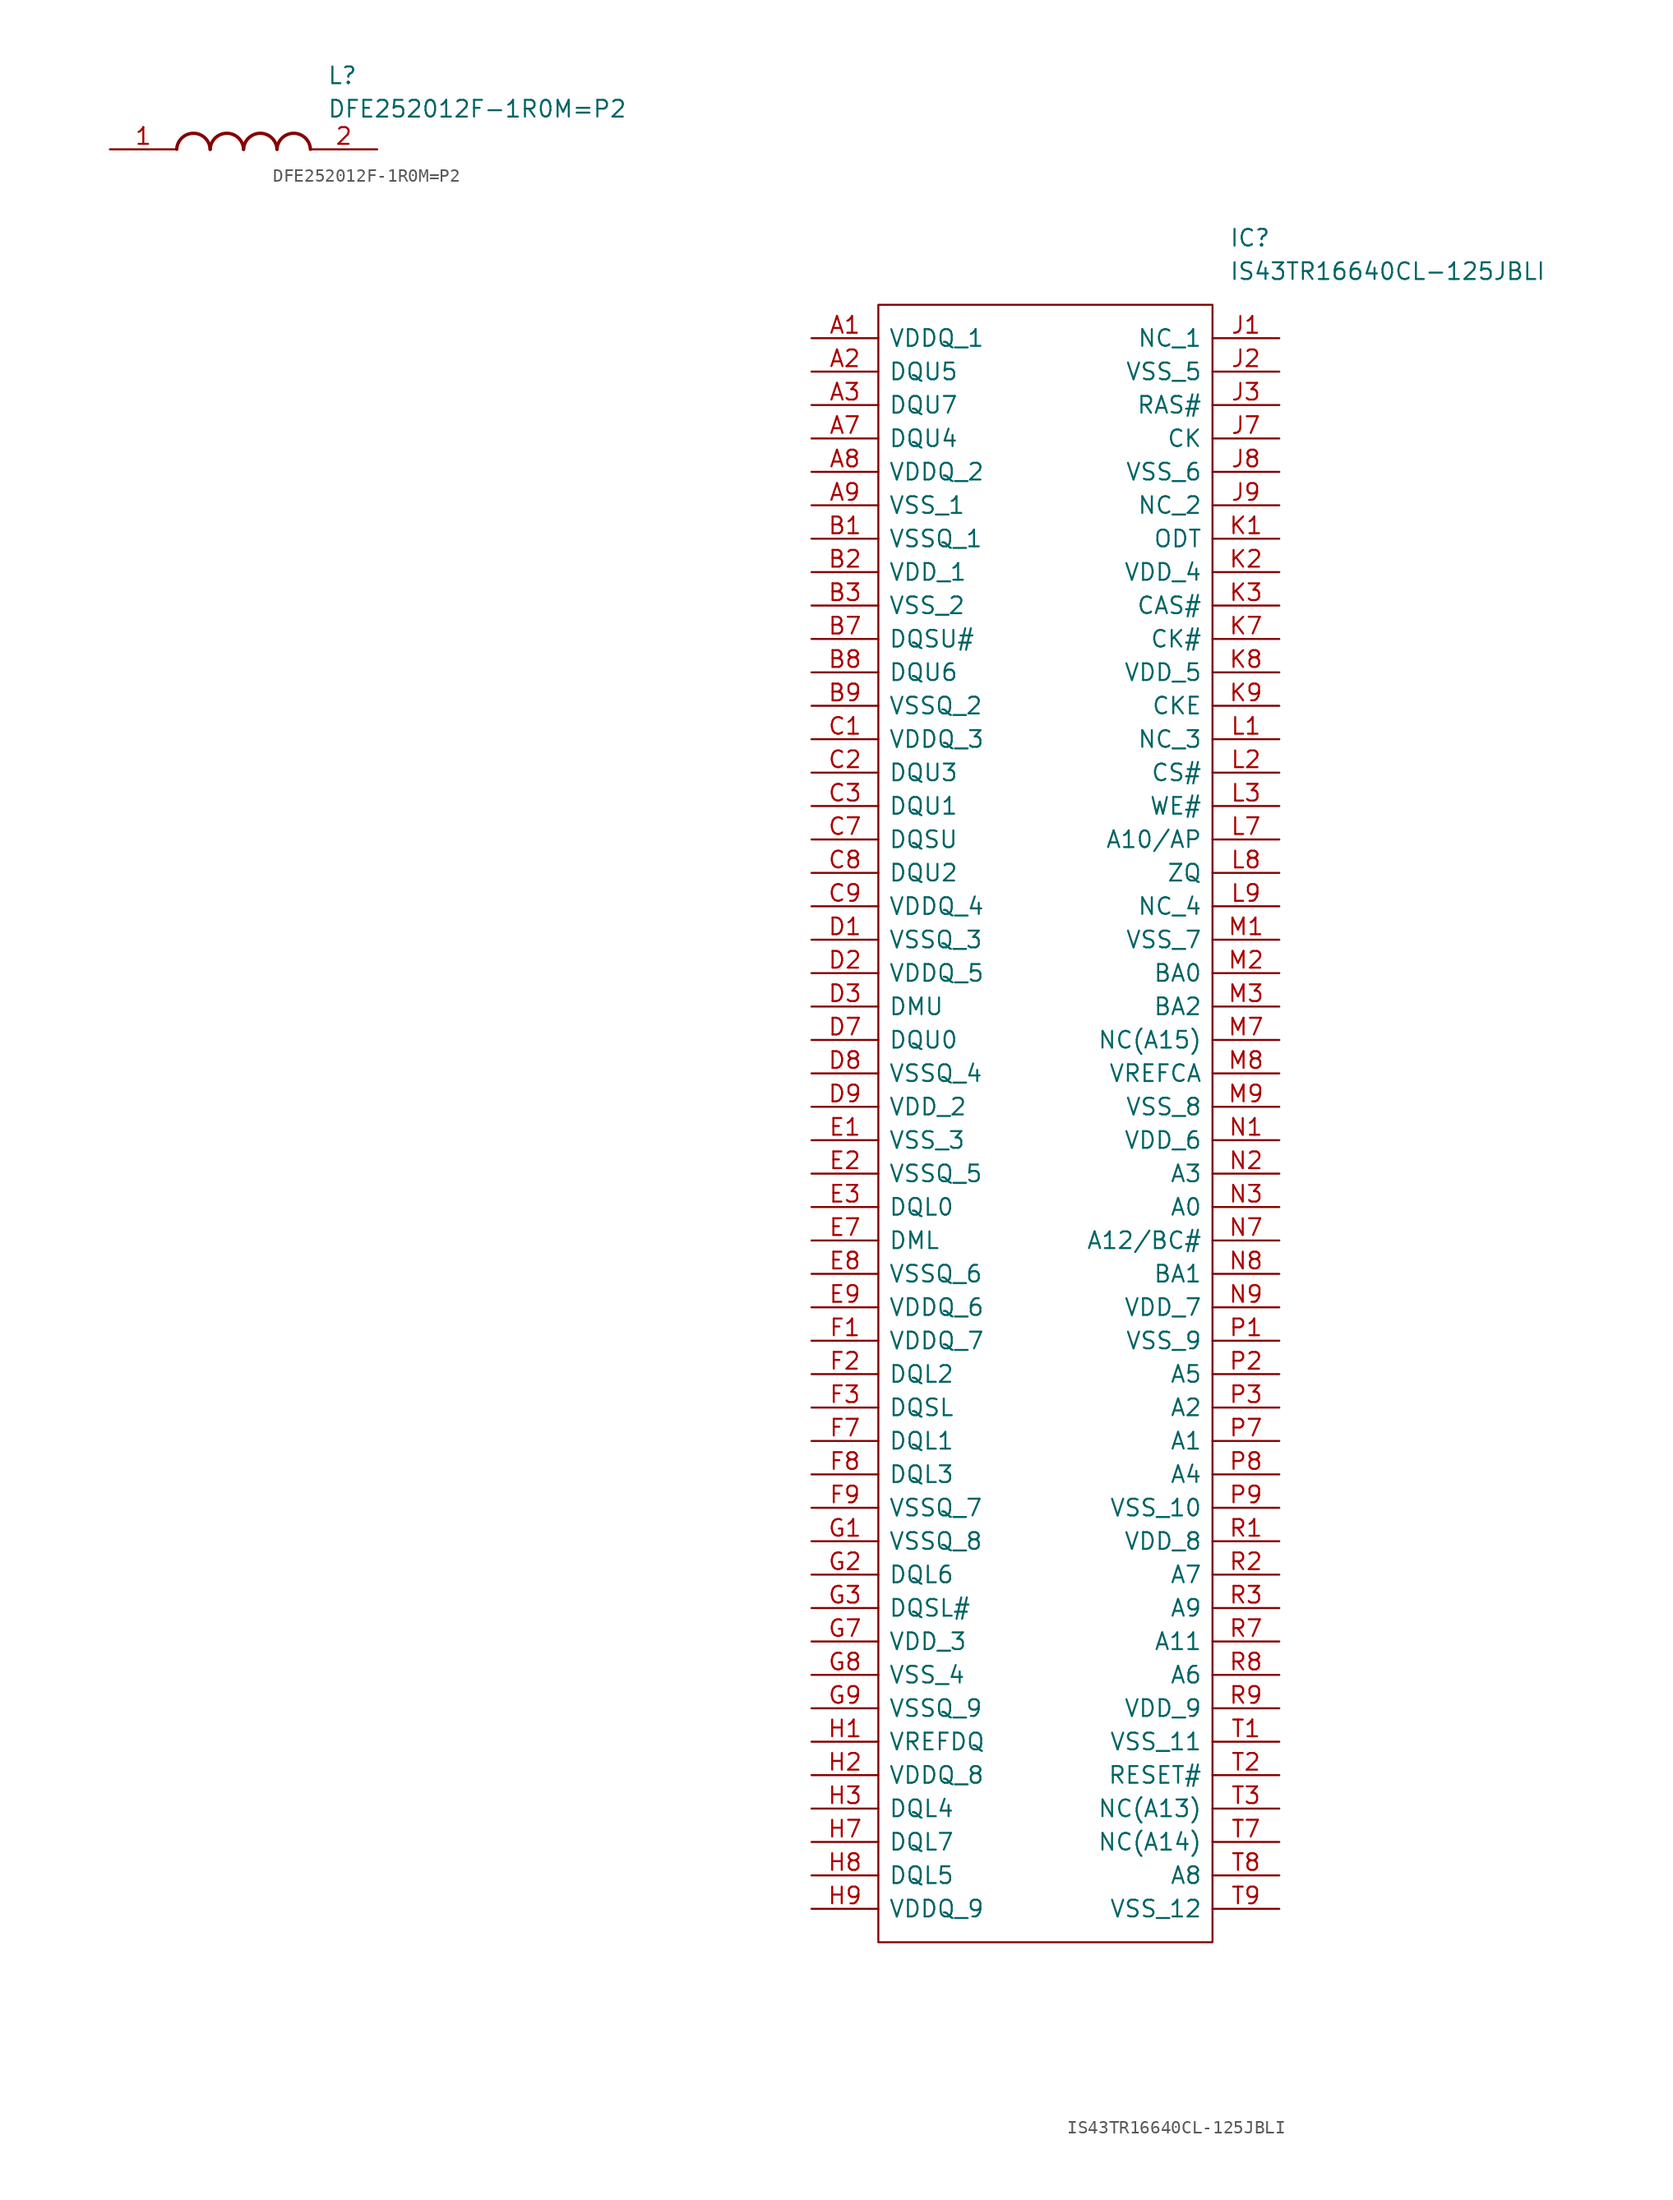
<source format=kicad_sym>
(kicad_symbol_lib
  (version 20220914)
  (generator kicad_symbol_editor)
  (symbol "DFE252012F-1R0M=P2"
    (pin_names hide)
    (property "Reference" "L"
      (at 16.51 6.35 0)
      (effects (font (size 1.27 1.27)) (justify left top)))
    (property "Value" "DFE252012F-1R0M=P2"
      (at 16.51 3.81 0)
      (effects (font (size 1.27 1.27)) (justify left top)))
    (symbol "DFE252012F-1R0M=P2_1_1"
      (arc (start 7.62 0) (mid 6.35 1.219) (end 5.08 0) (stroke (width 0.254) (type default)) (fill (type none)))
      (arc (start 10.16 0) (mid 8.89 1.219) (end 7.62 0) (stroke (width 0.254) (type default)) (fill (type none)))
      (arc (start 12.7 0) (mid 11.43 1.219) (end 10.16 0) (stroke (width 0.254) (type default)) (fill (type none)))
      (arc (start 15.24 0) (mid 13.97 1.219) (end 12.7 0) (stroke (width 0.254) (type default)) (fill (type none)))
      (pin passive line (at 0 0 0) (length 5.08) (name "1" (effects (font (size 1.27 1.27)))) (number "1" (effects (font (size 1.27 1.27)))))
      (pin passive line (at 20.32 0 180) (length 5.08) (name "2" (effects (font (size 1.27 1.27)))) (number "2" (effects (font (size 1.27 1.27)))))))
  (symbol "IS43TR16640CL-125JBLI"
    (pin_names
      (offset 0.762))
    (property "Reference" "IC"
      (at 31.75 7.62 0)
      (effects (font (size 1.27 1.27)) (justify left)))
    (property "Value" "IS43TR16640CL-125JBLI"
      (at 31.75 5.08 0)
      (effects (font (size 1.27 1.27)) (justify left)))
    (symbol "IS43TR16640CL-125JBLI_0_0"
      (pin passive line (at 0 0 0) (length 5.08) (name "VDDQ_1" (effects (font (size 1.27 1.27)))) (number "A1" (effects (font (size 1.27 1.27)))))
      (pin passive line (at 0 -2.54 0) (length 5.08) (name "DQU5" (effects (font (size 1.27 1.27)))) (number "A2" (effects (font (size 1.27 1.27)))))
      (pin passive line (at 0 -5.08 0) (length 5.08) (name "DQU7" (effects (font (size 1.27 1.27)))) (number "A3" (effects (font (size 1.27 1.27)))))
      (pin passive line (at 0 -7.62 0) (length 5.08) (name "DQU4" (effects (font (size 1.27 1.27)))) (number "A7" (effects (font (size 1.27 1.27)))))
      (pin passive line (at 0 -10.16 0) (length 5.08) (name "VDDQ_2" (effects (font (size 1.27 1.27)))) (number "A8" (effects (font (size 1.27 1.27)))))
      (pin passive line (at 0 -12.7 0) (length 5.08) (name "VSS_1" (effects (font (size 1.27 1.27)))) (number "A9" (effects (font (size 1.27 1.27)))))
      (pin passive line (at 0 -15.24 0) (length 5.08) (name "VSSQ_1" (effects (font (size 1.27 1.27)))) (number "B1" (effects (font (size 1.27 1.27)))))
      (pin passive line (at 0 -17.78 0) (length 5.08) (name "VDD_1" (effects (font (size 1.27 1.27)))) (number "B2" (effects (font (size 1.27 1.27)))))
      (pin passive line (at 0 -20.32 0) (length 5.08) (name "VSS_2" (effects (font (size 1.27 1.27)))) (number "B3" (effects (font (size 1.27 1.27)))))
      (pin passive line (at 0 -22.86 0) (length 5.08) (name "DQSU#" (effects (font (size 1.27 1.27)))) (number "B7" (effects (font (size 1.27 1.27)))))
      (pin passive line (at 0 -25.4 0) (length 5.08) (name "DQU6" (effects (font (size 1.27 1.27)))) (number "B8" (effects (font (size 1.27 1.27)))))
      (pin passive line (at 0 -27.94 0) (length 5.08) (name "VSSQ_2" (effects (font (size 1.27 1.27)))) (number "B9" (effects (font (size 1.27 1.27)))))
      (pin passive line (at 0 -30.48 0) (length 5.08) (name "VDDQ_3" (effects (font (size 1.27 1.27)))) (number "C1" (effects (font (size 1.27 1.27)))))
      (pin passive line (at 0 -33.02 0) (length 5.08) (name "DQU3" (effects (font (size 1.27 1.27)))) (number "C2" (effects (font (size 1.27 1.27)))))
      (pin passive line (at 0 -35.56 0) (length 5.08) (name "DQU1" (effects (font (size 1.27 1.27)))) (number "C3" (effects (font (size 1.27 1.27)))))
      (pin passive line (at 0 -38.1 0) (length 5.08) (name "DQSU" (effects (font (size 1.27 1.27)))) (number "C7" (effects (font (size 1.27 1.27)))))
      (pin passive line (at 0 -40.64 0) (length 5.08) (name "DQU2" (effects (font (size 1.27 1.27)))) (number "C8" (effects (font (size 1.27 1.27)))))
      (pin passive line (at 0 -43.18 0) (length 5.08) (name "VDDQ_4" (effects (font (size 1.27 1.27)))) (number "C9" (effects (font (size 1.27 1.27)))))
      (pin passive line (at 0 -45.72 0) (length 5.08) (name "VSSQ_3" (effects (font (size 1.27 1.27)))) (number "D1" (effects (font (size 1.27 1.27)))))
      (pin passive line (at 0 -48.26 0) (length 5.08) (name "VDDQ_5" (effects (font (size 1.27 1.27)))) (number "D2" (effects (font (size 1.27 1.27)))))
      (pin passive line (at 0 -50.8 0) (length 5.08) (name "DMU" (effects (font (size 1.27 1.27)))) (number "D3" (effects (font (size 1.27 1.27)))))
      (pin passive line (at 0 -53.34 0) (length 5.08) (name "DQU0" (effects (font (size 1.27 1.27)))) (number "D7" (effects (font (size 1.27 1.27)))))
      (pin passive line (at 0 -55.88 0) (length 5.08) (name "VSSQ_4" (effects (font (size 1.27 1.27)))) (number "D8" (effects (font (size 1.27 1.27)))))
      (pin passive line (at 0 -58.42 0) (length 5.08) (name "VDD_2" (effects (font (size 1.27 1.27)))) (number "D9" (effects (font (size 1.27 1.27)))))
      (pin passive line (at 0 -60.96 0) (length 5.08) (name "VSS_3" (effects (font (size 1.27 1.27)))) (number "E1" (effects (font (size 1.27 1.27)))))
      (pin passive line (at 0 -63.5 0) (length 5.08) (name "VSSQ_5" (effects (font (size 1.27 1.27)))) (number "E2" (effects (font (size 1.27 1.27)))))
      (pin passive line (at 0 -66.04 0) (length 5.08) (name "DQL0" (effects (font (size 1.27 1.27)))) (number "E3" (effects (font (size 1.27 1.27)))))
      (pin passive line (at 0 -68.58 0) (length 5.08) (name "DML" (effects (font (size 1.27 1.27)))) (number "E7" (effects (font (size 1.27 1.27)))))
      (pin passive line (at 0 -71.12 0) (length 5.08) (name "VSSQ_6" (effects (font (size 1.27 1.27)))) (number "E8" (effects (font (size 1.27 1.27)))))
      (pin passive line (at 0 -73.66 0) (length 5.08) (name "VDDQ_6" (effects (font (size 1.27 1.27)))) (number "E9" (effects (font (size 1.27 1.27)))))
      (pin passive line (at 0 -76.2 0) (length 5.08) (name "VDDQ_7" (effects (font (size 1.27 1.27)))) (number "F1" (effects (font (size 1.27 1.27)))))
      (pin passive line (at 0 -78.74 0) (length 5.08) (name "DQL2" (effects (font (size 1.27 1.27)))) (number "F2" (effects (font (size 1.27 1.27)))))
      (pin passive line (at 0 -81.28 0) (length 5.08) (name "DQSL" (effects (font (size 1.27 1.27)))) (number "F3" (effects (font (size 1.27 1.27)))))
      (pin passive line (at 0 -83.82 0) (length 5.08) (name "DQL1" (effects (font (size 1.27 1.27)))) (number "F7" (effects (font (size 1.27 1.27)))))
      (pin passive line (at 0 -86.36 0) (length 5.08) (name "DQL3" (effects (font (size 1.27 1.27)))) (number "F8" (effects (font (size 1.27 1.27)))))
      (pin passive line (at 0 -88.9 0) (length 5.08) (name "VSSQ_7" (effects (font (size 1.27 1.27)))) (number "F9" (effects (font (size 1.27 1.27)))))
      (pin passive line (at 0 -91.44 0) (length 5.08) (name "VSSQ_8" (effects (font (size 1.27 1.27)))) (number "G1" (effects (font (size 1.27 1.27)))))
      (pin passive line (at 0 -93.98 0) (length 5.08) (name "DQL6" (effects (font (size 1.27 1.27)))) (number "G2" (effects (font (size 1.27 1.27)))))
      (pin passive line (at 0 -96.52 0) (length 5.08) (name "DQSL#" (effects (font (size 1.27 1.27)))) (number "G3" (effects (font (size 1.27 1.27)))))
      (pin passive line (at 0 -99.06 0) (length 5.08) (name "VDD_3" (effects (font (size 1.27 1.27)))) (number "G7" (effects (font (size 1.27 1.27)))))
      (pin passive line (at 0 -101.6 0) (length 5.08) (name "VSS_4" (effects (font (size 1.27 1.27)))) (number "G8" (effects (font (size 1.27 1.27)))))
      (pin passive line (at 0 -104.14 0) (length 5.08) (name "VSSQ_9" (effects (font (size 1.27 1.27)))) (number "G9" (effects (font (size 1.27 1.27)))))
      (pin passive line (at 0 -106.68 0) (length 5.08) (name "VREFDQ" (effects (font (size 1.27 1.27)))) (number "H1" (effects (font (size 1.27 1.27)))))
      (pin passive line (at 0 -109.22 0) (length 5.08) (name "VDDQ_8" (effects (font (size 1.27 1.27)))) (number "H2" (effects (font (size 1.27 1.27)))))
      (pin passive line (at 0 -111.76 0) (length 5.08) (name "DQL4" (effects (font (size 1.27 1.27)))) (number "H3" (effects (font (size 1.27 1.27)))))
      (pin passive line (at 0 -114.3 0) (length 5.08) (name "DQL7" (effects (font (size 1.27 1.27)))) (number "H7" (effects (font (size 1.27 1.27)))))
      (pin passive line (at 0 -116.84 0) (length 5.08) (name "DQL5" (effects (font (size 1.27 1.27)))) (number "H8" (effects (font (size 1.27 1.27)))))
      (pin passive line (at 0 -119.38 0) (length 5.08) (name "VDDQ_9" (effects (font (size 1.27 1.27)))) (number "H9" (effects (font (size 1.27 1.27)))))
      (pin passive line (at 35.56 0 180) (length 5.08) (name "NC_1" (effects (font (size 1.27 1.27)))) (number "J1" (effects (font (size 1.27 1.27)))))
      (pin passive line (at 35.56 -2.54 180) (length 5.08) (name "VSS_5" (effects (font (size 1.27 1.27)))) (number "J2" (effects (font (size 1.27 1.27)))))
      (pin passive line (at 35.56 -5.08 180) (length 5.08) (name "RAS#" (effects (font (size 1.27 1.27)))) (number "J3" (effects (font (size 1.27 1.27)))))
      (pin passive line (at 35.56 -7.62 180) (length 5.08) (name "CK" (effects (font (size 1.27 1.27)))) (number "J7" (effects (font (size 1.27 1.27)))))
      (pin passive line (at 35.56 -10.16 180) (length 5.08) (name "VSS_6" (effects (font (size 1.27 1.27)))) (number "J8" (effects (font (size 1.27 1.27)))))
      (pin passive line (at 35.56 -12.7 180) (length 5.08) (name "NC_2" (effects (font (size 1.27 1.27)))) (number "J9" (effects (font (size 1.27 1.27)))))
      (pin passive line (at 35.56 -15.24 180) (length 5.08) (name "ODT" (effects (font (size 1.27 1.27)))) (number "K1" (effects (font (size 1.27 1.27)))))
      (pin passive line (at 35.56 -17.78 180) (length 5.08) (name "VDD_4" (effects (font (size 1.27 1.27)))) (number "K2" (effects (font (size 1.27 1.27)))))
      (pin passive line (at 35.56 -20.32 180) (length 5.08) (name "CAS#" (effects (font (size 1.27 1.27)))) (number "K3" (effects (font (size 1.27 1.27)))))
      (pin passive line (at 35.56 -22.86 180) (length 5.08) (name "CK#" (effects (font (size 1.27 1.27)))) (number "K7" (effects (font (size 1.27 1.27)))))
      (pin passive line (at 35.56 -25.4 180) (length 5.08) (name "VDD_5" (effects (font (size 1.27 1.27)))) (number "K8" (effects (font (size 1.27 1.27)))))
      (pin passive line (at 35.56 -27.94 180) (length 5.08) (name "CKE" (effects (font (size 1.27 1.27)))) (number "K9" (effects (font (size 1.27 1.27)))))
      (pin passive line (at 35.56 -30.48 180) (length 5.08) (name "NC_3" (effects (font (size 1.27 1.27)))) (number "L1" (effects (font (size 1.27 1.27)))))
      (pin passive line (at 35.56 -33.02 180) (length 5.08) (name "CS#" (effects (font (size 1.27 1.27)))) (number "L2" (effects (font (size 1.27 1.27)))))
      (pin passive line (at 35.56 -35.56 180) (length 5.08) (name "WE#" (effects (font (size 1.27 1.27)))) (number "L3" (effects (font (size 1.27 1.27)))))
      (pin passive line (at 35.56 -38.1 180) (length 5.08) (name "A10/AP" (effects (font (size 1.27 1.27)))) (number "L7" (effects (font (size 1.27 1.27)))))
      (pin passive line (at 35.56 -40.64 180) (length 5.08) (name "ZQ" (effects (font (size 1.27 1.27)))) (number "L8" (effects (font (size 1.27 1.27)))))
      (pin passive line (at 35.56 -43.18 180) (length 5.08) (name "NC_4" (effects (font (size 1.27 1.27)))) (number "L9" (effects (font (size 1.27 1.27)))))
      (pin passive line (at 35.56 -45.72 180) (length 5.08) (name "VSS_7" (effects (font (size 1.27 1.27)))) (number "M1" (effects (font (size 1.27 1.27)))))
      (pin passive line (at 35.56 -48.26 180) (length 5.08) (name "BA0" (effects (font (size 1.27 1.27)))) (number "M2" (effects (font (size 1.27 1.27)))))
      (pin passive line (at 35.56 -50.8 180) (length 5.08) (name "BA2" (effects (font (size 1.27 1.27)))) (number "M3" (effects (font (size 1.27 1.27)))))
      (pin passive line (at 35.56 -53.34 180) (length 5.08) (name "NC(A15)" (effects (font (size 1.27 1.27)))) (number "M7" (effects (font (size 1.27 1.27)))))
      (pin passive line (at 35.56 -55.88 180) (length 5.08) (name "VREFCA" (effects (font (size 1.27 1.27)))) (number "M8" (effects (font (size 1.27 1.27)))))
      (pin passive line (at 35.56 -58.42 180) (length 5.08) (name "VSS_8" (effects (font (size 1.27 1.27)))) (number "M9" (effects (font (size 1.27 1.27)))))
      (pin passive line (at 35.56 -60.96 180) (length 5.08) (name "VDD_6" (effects (font (size 1.27 1.27)))) (number "N1" (effects (font (size 1.27 1.27)))))
      (pin passive line (at 35.56 -63.5 180) (length 5.08) (name "A3" (effects (font (size 1.27 1.27)))) (number "N2" (effects (font (size 1.27 1.27)))))
      (pin passive line (at 35.56 -66.04 180) (length 5.08) (name "A0" (effects (font (size 1.27 1.27)))) (number "N3" (effects (font (size 1.27 1.27)))))
      (pin passive line (at 35.56 -68.58 180) (length 5.08) (name "A12/BC#" (effects (font (size 1.27 1.27)))) (number "N7" (effects (font (size 1.27 1.27)))))
      (pin passive line (at 35.56 -71.12 180) (length 5.08) (name "BA1" (effects (font (size 1.27 1.27)))) (number "N8" (effects (font (size 1.27 1.27)))))
      (pin passive line (at 35.56 -73.66 180) (length 5.08) (name "VDD_7" (effects (font (size 1.27 1.27)))) (number "N9" (effects (font (size 1.27 1.27)))))
      (pin passive line (at 35.56 -76.2 180) (length 5.08) (name "VSS_9" (effects (font (size 1.27 1.27)))) (number "P1" (effects (font (size 1.27 1.27)))))
      (pin passive line (at 35.56 -78.74 180) (length 5.08) (name "A5" (effects (font (size 1.27 1.27)))) (number "P2" (effects (font (size 1.27 1.27)))))
      (pin passive line (at 35.56 -81.28 180) (length 5.08) (name "A2" (effects (font (size 1.27 1.27)))) (number "P3" (effects (font (size 1.27 1.27)))))
      (pin passive line (at 35.56 -83.82 180) (length 5.08) (name "A1" (effects (font (size 1.27 1.27)))) (number "P7" (effects (font (size 1.27 1.27)))))
      (pin passive line (at 35.56 -86.36 180) (length 5.08) (name "A4" (effects (font (size 1.27 1.27)))) (number "P8" (effects (font (size 1.27 1.27)))))
      (pin passive line (at 35.56 -88.9 180) (length 5.08) (name "VSS_10" (effects (font (size 1.27 1.27)))) (number "P9" (effects (font (size 1.27 1.27)))))
      (pin passive line (at 35.56 -91.44 180) (length 5.08) (name "VDD_8" (effects (font (size 1.27 1.27)))) (number "R1" (effects (font (size 1.27 1.27)))))
      (pin passive line (at 35.56 -93.98 180) (length 5.08) (name "A7" (effects (font (size 1.27 1.27)))) (number "R2" (effects (font (size 1.27 1.27)))))
      (pin passive line (at 35.56 -96.52 180) (length 5.08) (name "A9" (effects (font (size 1.27 1.27)))) (number "R3" (effects (font (size 1.27 1.27)))))
      (pin passive line (at 35.56 -99.06 180) (length 5.08) (name "A11" (effects (font (size 1.27 1.27)))) (number "R7" (effects (font (size 1.27 1.27)))))
      (pin passive line (at 35.56 -101.6 180) (length 5.08) (name "A6" (effects (font (size 1.27 1.27)))) (number "R8" (effects (font (size 1.27 1.27)))))
      (pin passive line (at 35.56 -104.14 180) (length 5.08) (name "VDD_9" (effects (font (size 1.27 1.27)))) (number "R9" (effects (font (size 1.27 1.27)))))
      (pin passive line (at 35.56 -106.68 180) (length 5.08) (name "VSS_11" (effects (font (size 1.27 1.27)))) (number "T1" (effects (font (size 1.27 1.27)))))
      (pin passive line (at 35.56 -109.22 180) (length 5.08) (name "RESET#" (effects (font (size 1.27 1.27)))) (number "T2" (effects (font (size 1.27 1.27)))))
      (pin passive line (at 35.56 -111.76 180) (length 5.08) (name "NC(A13)" (effects (font (size 1.27 1.27)))) (number "T3" (effects (font (size 1.27 1.27)))))
      (pin passive line (at 35.56 -114.3 180) (length 5.08) (name "NC(A14)" (effects (font (size 1.27 1.27)))) (number "T7" (effects (font (size 1.27 1.27)))))
      (pin passive line (at 35.56 -116.84 180) (length 5.08) (name "A8" (effects (font (size 1.27 1.27)))) (number "T8" (effects (font (size 1.27 1.27)))))
      (pin passive line (at 35.56 -119.38 180) (length 5.08) (name "VSS_12" (effects (font (size 1.27 1.27)))) (number "T9" (effects (font (size 1.27 1.27))))))
    (symbol "IS43TR16640CL-125JBLI_0_1"
      (polyline (pts (xy 5.08 2.54) (xy 30.48 2.54) (xy 30.48 -121.92) (xy 5.08 -121.92) (xy 5.08 2.54)) (stroke (width 0.152) (type solid)) (fill (type none))))))
</source>
